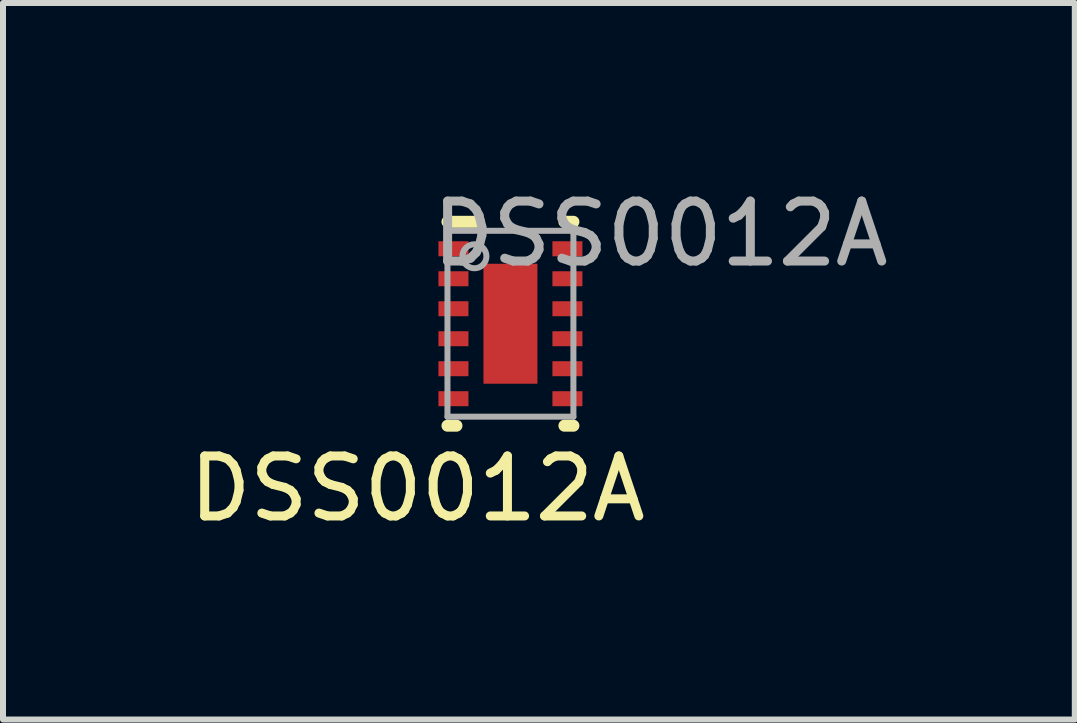
<source format=kicad_pcb>
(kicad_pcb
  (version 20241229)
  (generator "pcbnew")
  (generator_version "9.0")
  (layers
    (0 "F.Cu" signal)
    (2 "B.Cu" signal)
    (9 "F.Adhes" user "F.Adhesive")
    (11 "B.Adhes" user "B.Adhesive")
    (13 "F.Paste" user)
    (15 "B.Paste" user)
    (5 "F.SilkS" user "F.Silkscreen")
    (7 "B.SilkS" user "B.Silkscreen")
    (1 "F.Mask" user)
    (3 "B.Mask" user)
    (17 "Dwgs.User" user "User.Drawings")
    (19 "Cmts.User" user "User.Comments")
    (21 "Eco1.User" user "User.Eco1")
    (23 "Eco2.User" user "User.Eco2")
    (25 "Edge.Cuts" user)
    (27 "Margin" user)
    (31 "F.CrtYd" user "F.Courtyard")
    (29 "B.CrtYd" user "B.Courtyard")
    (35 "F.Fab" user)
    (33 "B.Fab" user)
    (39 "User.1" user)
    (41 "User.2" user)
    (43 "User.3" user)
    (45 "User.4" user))
  (footprint "DSS0012A"
    (layer "F.Cu")
    (at 5.461 2.348)
    (property "Reference" "DSS0012A" (at -1.55 2.75 0) (unlocked yes) (layer "F.SilkS") (effects (font (size 1 1) (thickness 0.15))))
    (attr smd)
    (fp_line (start -1.05 1.7) (end -0.9 1.7) (stroke (width 0.2) (type solid)) (layer "F.SilkS"))
    (fp_line (start -1.05 -1.7) (end -0.525 -1.7) (stroke (width 0.2) (type solid)) (layer "F.SilkS"))
    (fp_line (start 0.9 -1.7) (end 1.05 -1.7) (stroke (width 0.2) (type solid)) (layer "F.SilkS"))
    (fp_line (start 0.9 1.7) (end 1.05 1.7) (stroke (width 0.2) (type solid)) (layer "F.SilkS"))
    (fp_poly (pts (xy -0.45 -0.149) (xy -0.45 -0.95) (xy -0.449 -0.96) (xy -0.446 -0.969) (xy -0.442 -0.978) (xy -0.436 -0.986) (xy -0.428 -0.992) (xy -0.419 -0.996) (xy -0.41 -0.999) (xy -0.401 -1) (xy 0.4 -1) (xy 0.41 -0.999) (xy 0.419 -0.996) (xy 0.428 -0.992) (xy 0.436 -0.986) (xy 0.442 -0.978) (xy 0.446 -0.969) (xy 0.449 -0.96) (xy 0.45 -0.95) (xy 0.45 -0.149) (xy 0.449 -0.14) (xy 0.446 -0.131) (xy 0.442 -0.122) (xy 0.436 -0.114) (xy 0.428 -0.108) (xy 0.419 -0.104) (xy 0.41 -0.101) (xy 0.4 -0.1) (xy -0.401 -0.1) (xy -0.41 -0.101) (xy -0.419 -0.104) (xy -0.428 -0.108) (xy -0.436 -0.114) (xy -0.442 -0.122) (xy -0.446 -0.131) (xy -0.449 -0.14)) (stroke (width 0) (type solid)) (fill yes) (layer "F.Paste"))
    (fp_poly (pts (xy -0.45 0.95) (xy -0.45 0.149) (xy -0.449 0.14) (xy -0.446 0.131) (xy -0.442 0.122) (xy -0.436 0.114) (xy -0.428 0.108) (xy -0.419 0.104) (xy -0.41 0.101) (xy -0.401 0.1) (xy 0.4 0.1) (xy 0.41 0.101) (xy 0.419 0.104) (xy 0.428 0.108) (xy 0.436 0.114) (xy 0.442 0.122) (xy 0.446 0.131) (xy 0.449 0.14) (xy 0.45 0.149) (xy 0.45 0.95) (xy 0.449 0.96) (xy 0.446 0.969) (xy 0.442 0.978) (xy 0.436 0.986) (xy 0.428 0.992) (xy 0.419 0.996) (xy 0.41 0.999) (xy 0.4 1) (xy -0.401 1) (xy -0.41 0.999) (xy -0.419 0.996) (xy -0.428 0.992) (xy -0.436 0.986) (xy -0.442 0.978) (xy -0.446 0.969) (xy -0.449 0.96)) (stroke (width 0) (type solid)) (fill yes) (layer "F.Paste"))
    (fp_line (start -1.05 -1.55) (end 1.05 -1.55) (stroke (width 0.1) (type solid)) (layer "F.Fab"))
    (fp_line (start -1.05 1.55) (end -1.05 -1.55) (stroke (width 0.1) (type solid)) (layer "F.Fab"))
    (fp_line (start -1.05 1.55) (end 1.05 1.55) (stroke (width 0.1) (type solid)) (layer "F.Fab"))
    (fp_line (start 1.05 1.55) (end 1.05 -1.55) (stroke (width 0.1) (type solid)) (layer "F.Fab"))
    (fp_circle (center -0.6 -1.125) (end -0.4 -1.125) (stroke (width 0.1) (type solid)) (fill no) (layer "F.Fab"))
    (fp_text user "${REFERENCE}" (at 2.5 -1.5 0) (unlocked yes) (layer "F.Fab") (effects (font (size 1 1) (thickness 0.15))))
    (pad "1" smd rect (at -0.95 -1.25 90) (size 0.25 0.5) (layers "F.Cu" "F.Mask" "F.Paste"))
    (pad "2" smd rect (at -0.95 -0.75 90) (size 0.25 0.5) (layers "F.Cu" "F.Mask" "F.Paste"))
    (pad "3" smd rect (at -0.95 -0.25 90) (size 0.25 0.5) (layers "F.Cu" "F.Mask" "F.Paste"))
    (pad "4" smd rect (at -0.95 0.25 90) (size 0.25 0.5) (layers "F.Cu" "F.Mask" "F.Paste"))
    (pad "5" smd rect (at -0.95 0.75 90) (size 0.25 0.5) (layers "F.Cu" "F.Mask" "F.Paste"))
    (pad "6" smd rect (at -0.95 1.25 90) (size 0.25 0.5) (layers "F.Cu" "F.Mask" "F.Paste"))
    (pad "7" smd rect (at 0.95 1.25 90) (size 0.25 0.5) (layers "F.Cu" "F.Mask" "F.Paste"))
    (pad "8" smd rect (at 0.95 0.75 90) (size 0.25 0.5) (layers "F.Cu" "F.Mask" "F.Paste"))
    (pad "9" smd rect (at 0.95 0.25 90) (size 0.25 0.5) (layers "F.Cu" "F.Mask" "F.Paste"))
    (pad "10" smd rect (at 0.95 -0.25 90) (size 0.25 0.5) (layers "F.Cu" "F.Mask" "F.Paste"))
    (pad "11" smd rect (at 0.95 -0.75 90) (size 0.25 0.5) (layers "F.Cu" "F.Mask" "F.Paste"))
    (pad "12" smd rect (at 0.95 -1.25 90) (size 0.25 0.5) (layers "F.Cu" "F.Mask" "F.Paste"))
    (pad "13" smd rect (at 0 0) (size 0.9 2) (layers "F.Cu" "F.Mask" "F.Paste")))
  (gr_rect
    (start -3 -3)
    (end 14.871 8.947)
    (stroke (width 0.1) (type default))
    (fill no)
    (layer "Edge.Cuts")))
</source>
